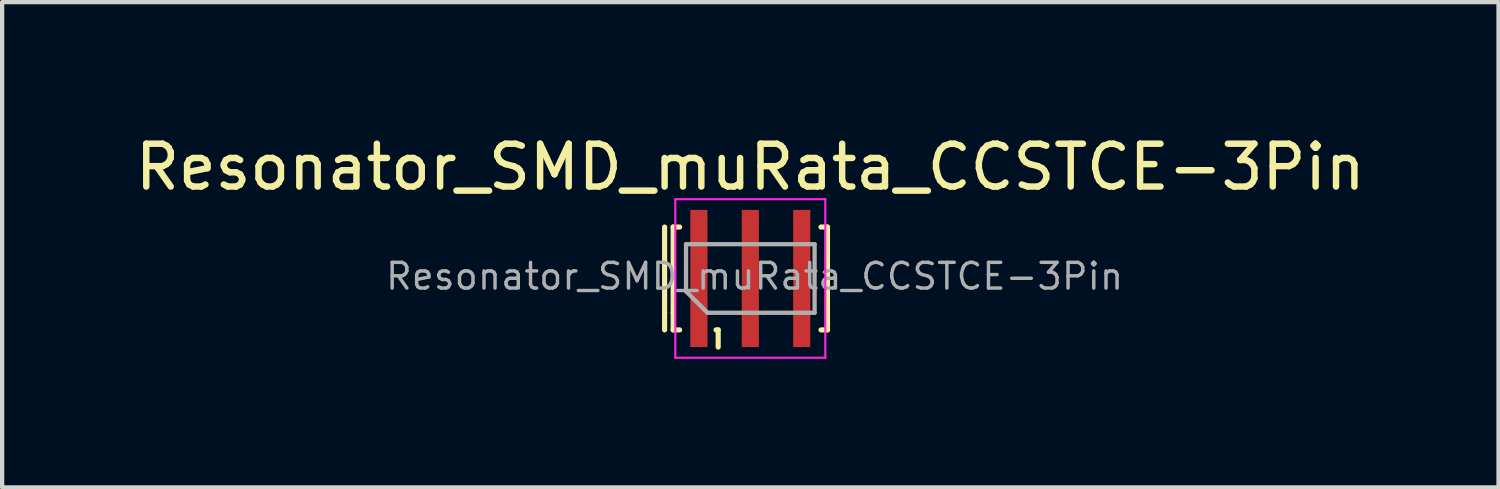
<source format=kicad_pcb>
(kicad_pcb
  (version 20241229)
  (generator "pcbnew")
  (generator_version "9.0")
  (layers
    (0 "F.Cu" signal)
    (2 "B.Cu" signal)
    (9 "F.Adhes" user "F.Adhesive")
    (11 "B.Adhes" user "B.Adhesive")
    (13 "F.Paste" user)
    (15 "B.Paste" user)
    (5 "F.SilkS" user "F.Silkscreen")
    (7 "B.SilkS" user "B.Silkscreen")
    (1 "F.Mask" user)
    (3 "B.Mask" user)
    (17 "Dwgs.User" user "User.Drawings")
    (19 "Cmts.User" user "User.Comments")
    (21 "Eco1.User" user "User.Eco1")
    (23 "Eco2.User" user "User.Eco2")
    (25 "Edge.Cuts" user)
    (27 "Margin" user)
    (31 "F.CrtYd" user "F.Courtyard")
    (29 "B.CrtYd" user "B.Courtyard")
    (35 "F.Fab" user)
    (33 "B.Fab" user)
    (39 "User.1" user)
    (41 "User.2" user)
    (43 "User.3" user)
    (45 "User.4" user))
  (footprint "Resonator_SMD_muRata_CCSTCE-3Pin"
    (layer "F.Cu")
    (at 14.458 3.448)
    (property "Reference" "Resonator_SMD_muRata_CCSTCE-3Pin" (at 0 -2.6 0) (layer "F.SilkS") (effects (font (size 1 1) (thickness 0.15))))
    (attr through_hole)
    (fp_line (start -2 -1.2) (end -2 0.8) (stroke (width 0.12) (type solid)) (layer "F.SilkS"))
    (fp_line (start -2 0.8) (end -2 1.2) (stroke (width 0.12) (type solid)) (layer "F.SilkS"))
    (fp_line (start -1.8 -1.2) (end -1.65 -1.2) (stroke (width 0.12) (type solid)) (layer "F.SilkS"))
    (fp_line (start -1.8 0.8) (end -1.8 -1.2) (stroke (width 0.12) (type solid)) (layer "F.SilkS"))
    (fp_line (start -1.8 0.8) (end -1.8 1.2) (stroke (width 0.12) (type solid)) (layer "F.SilkS"))
    (fp_line (start -1.8 1.2) (end -1.65 1.2) (stroke (width 0.12) (type solid)) (layer "F.SilkS"))
    (fp_line (start -0.75 1.2) (end -0.8 1.2) (stroke (width 0.12) (type solid)) (layer "F.SilkS"))
    (fp_line (start -0.75 1.2) (end -0.75 1.6) (stroke (width 0.12) (type solid)) (layer "F.SilkS"))
    (fp_line (start 1.8 -1.2) (end 1.65 -1.2) (stroke (width 0.12) (type solid)) (layer "F.SilkS"))
    (fp_line (start 1.8 -1.2) (end 1.8 0.8) (stroke (width 0.12) (type solid)) (layer "F.SilkS"))
    (fp_line (start 1.8 0.8) (end 1.8 1.2) (stroke (width 0.12) (type solid)) (layer "F.SilkS"))
    (fp_line (start 1.8 1.2) (end 1.65 1.2) (stroke (width 0.12) (type solid)) (layer "F.SilkS"))
    (fp_line (start -1.75 -1.85) (end 1.75 -1.85) (stroke (width 0.05) (type solid)) (layer "F.CrtYd"))
    (fp_line (start -1.75 1.85) (end -1.75 -1.85) (stroke (width 0.05) (type solid)) (layer "F.CrtYd"))
    (fp_line (start 1.75 -1.85) (end 1.75 1.85) (stroke (width 0.05) (type solid)) (layer "F.CrtYd"))
    (fp_line (start 1.75 1.85) (end -1.75 1.85) (stroke (width 0.05) (type solid)) (layer "F.CrtYd"))
    (fp_line (start -1.5 0.3) (end -1.5 -0.8) (stroke (width 0.1) (type solid)) (layer "F.Fab"))
    (fp_line (start -1 0.8) (end -1.5 0.3) (stroke (width 0.1) (type solid)) (layer "F.Fab"))
    (fp_line (start -1 0.8) (end 1.5 0.8) (stroke (width 0.1) (type solid)) (layer "F.Fab"))
    (fp_line (start 1.5 -0.8) (end -1.5 -0.8) (stroke (width 0.1) (type solid)) (layer "F.Fab"))
    (fp_line (start 1.5 0.8) (end 1.5 -0.8) (stroke (width 0.1) (type solid)) (layer "F.Fab"))
    (fp_text user "${REFERENCE}" (at 0.1 -0.05 0) (layer "F.Fab") (effects (font (size 0.6 0.6) (thickness 0.08))))
    (pad "1" smd rect (at -1.2 0) (size 0.4 3.2) (layers "F.Cu" "F.Mask" "F.Paste"))
    (pad "2" smd rect (at 0 0) (size 0.4 3.2) (layers "F.Cu" "F.Mask" "F.Paste"))
    (pad "3" smd rect (at 1.2 0) (size 0.4 3.2) (layers "F.Cu" "F.Mask" "F.Paste")))
  (gr_rect
    (start -3 -3)
    (end 31.917 8.323)
    (stroke (width 0.1) (type default))
    (fill no)
    (layer "Edge.Cuts")))
</source>
